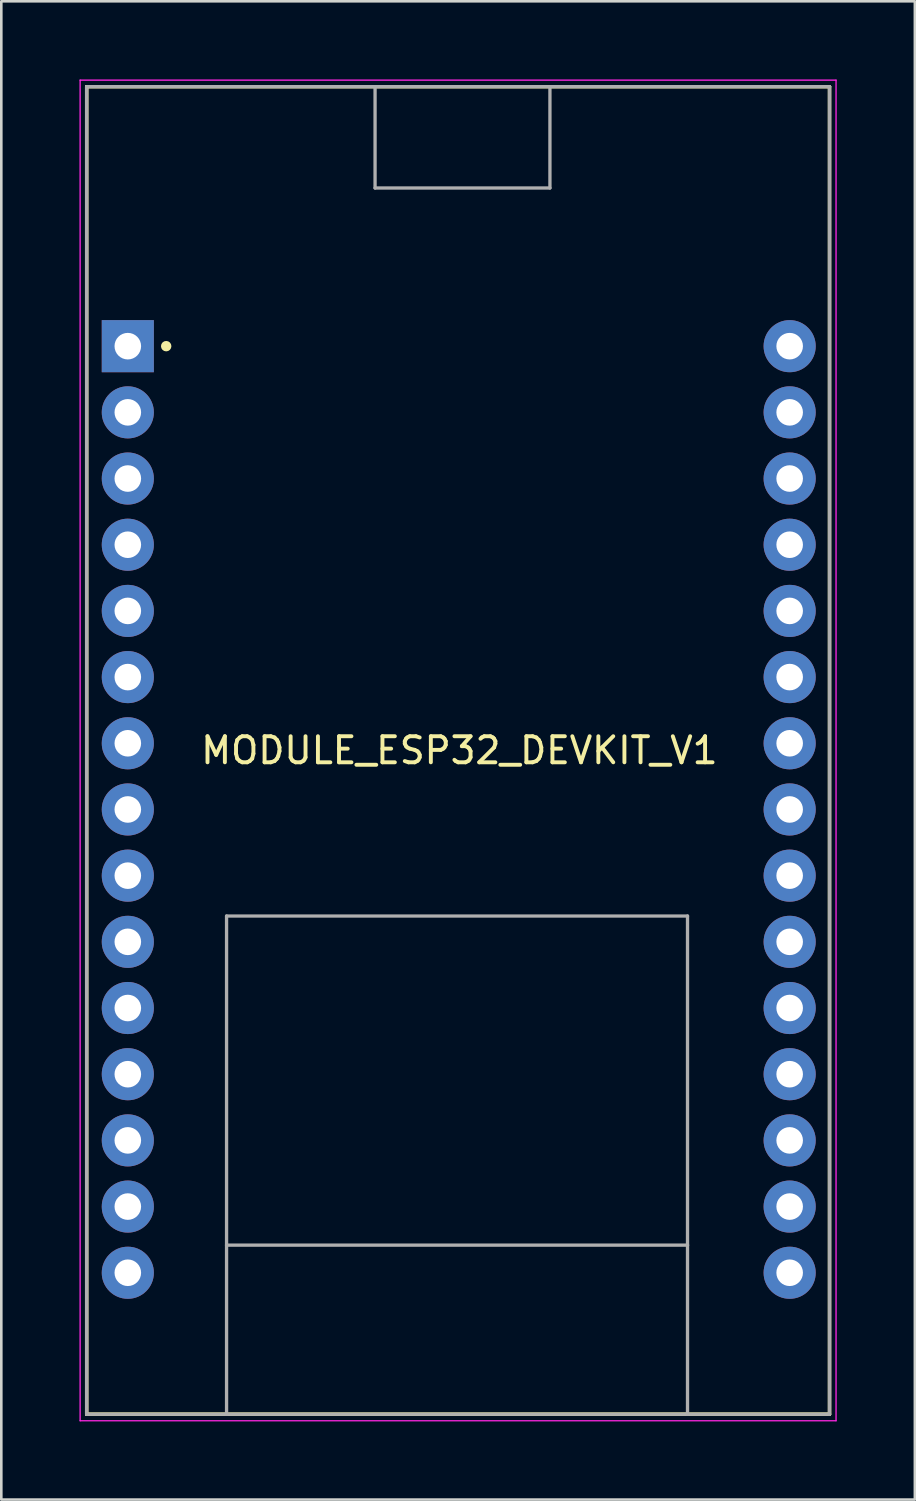
<source format=kicad_pcb>
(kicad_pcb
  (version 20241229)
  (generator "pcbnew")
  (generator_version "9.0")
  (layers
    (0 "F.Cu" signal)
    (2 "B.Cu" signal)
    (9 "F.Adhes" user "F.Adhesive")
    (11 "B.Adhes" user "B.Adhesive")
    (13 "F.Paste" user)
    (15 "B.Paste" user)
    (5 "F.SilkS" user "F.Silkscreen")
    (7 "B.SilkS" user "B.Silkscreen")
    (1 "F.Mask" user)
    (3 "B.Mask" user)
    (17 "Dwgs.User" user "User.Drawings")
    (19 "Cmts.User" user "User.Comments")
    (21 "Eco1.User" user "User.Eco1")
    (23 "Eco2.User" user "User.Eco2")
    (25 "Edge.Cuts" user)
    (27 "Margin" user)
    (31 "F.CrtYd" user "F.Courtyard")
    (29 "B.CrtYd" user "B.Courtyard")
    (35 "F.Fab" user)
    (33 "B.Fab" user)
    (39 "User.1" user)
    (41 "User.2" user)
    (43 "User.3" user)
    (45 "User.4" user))
  (footprint "MODULE_ESP32_DEVKIT_V1"
    (layer "F.Cu")
    (at 14.555 25.75)
    (property "Reference" "MODULE_ESP32_DEVKIT_V1" (at 0.025 0 0) (layer "F.SilkS") (effects (font (size 1 1) (thickness 0.15))))
    (attr through_hole)
    (fp_line (start -14.28 -25.475) (end -3.211 -25.475) (stroke (width 0.127) (type solid)) (layer "F.SilkS"))
    (fp_line (start -14.28 -25.475) (end 14.23 -25.475) (stroke (width 0.127) (type solid)) (layer "F.SilkS"))
    (fp_line (start -14.28 25.475) (end -14.28 -25.475) (stroke (width 0.127) (type solid)) (layer "F.SilkS"))
    (fp_line (start -14.28 25.475) (end -14.28 -25.475) (stroke (width 0.127) (type solid)) (layer "F.SilkS"))
    (fp_line (start -14.28 25.475) (end -8.91 25.475) (stroke (width 0.127) (type solid)) (layer "F.SilkS"))
    (fp_line (start -8.91 25.475) (end 8.78 25.475) (stroke (width 0.127) (type solid)) (layer "F.SilkS"))
    (fp_line (start -3.211 -25.475) (end 3.5 -25.475) (stroke (width 0.127) (type solid)) (layer "F.SilkS"))
    (fp_line (start 3.5 -25.475) (end 14.23 -25.475) (stroke (width 0.127) (type solid)) (layer "F.SilkS"))
    (fp_line (start 8.78 25.475) (end 14.23 25.475) (stroke (width 0.127) (type solid)) (layer "F.SilkS"))
    (fp_line (start 14.23 -25.475) (end 14.23 25.475) (stroke (width 0.127) (type solid)) (layer "F.SilkS"))
    (fp_line (start 14.23 -25.475) (end 14.23 25.475) (stroke (width 0.127) (type solid)) (layer "F.SilkS"))
    (fp_line (start 14.23 25.475) (end -14.28 25.475) (stroke (width 0.127) (type solid)) (layer "F.SilkS"))
    (fp_circle (center -11.227 -15.515) (end -11.127 -15.515) (stroke (width 0.2) (type solid)) (fill no) (layer "F.SilkS"))
    (fp_line (start -14.53 -25.725) (end -14.53 25.725) (stroke (width 0.05) (type solid)) (layer "F.CrtYd"))
    (fp_line (start -14.53 25.725) (end 14.48 25.725) (stroke (width 0.05) (type solid)) (layer "F.CrtYd"))
    (fp_line (start 14.48 -25.725) (end -14.53 -25.725) (stroke (width 0.05) (type solid)) (layer "F.CrtYd"))
    (fp_line (start 14.48 25.725) (end 14.48 -25.725) (stroke (width 0.05) (type solid)) (layer "F.CrtYd"))
    (fp_line (start -14.28 -25.475) (end -3.211 -25.475) (stroke (width 0.127) (type solid)) (layer "F.Fab"))
    (fp_line (start -14.28 25.475) (end -14.28 -25.475) (stroke (width 0.127) (type solid)) (layer "F.Fab"))
    (fp_line (start -14.28 25.475) (end -8.91 25.475) (stroke (width 0.127) (type solid)) (layer "F.Fab"))
    (fp_line (start -8.91 6.355) (end 8.78 6.355) (stroke (width 0.127) (type solid)) (layer "F.Fab"))
    (fp_line (start -8.91 18.985) (end -8.91 6.355) (stroke (width 0.127) (type solid)) (layer "F.Fab"))
    (fp_line (start -8.91 18.985) (end 8.78 18.985) (stroke (width 0.127) (type solid)) (layer "F.Fab"))
    (fp_line (start -8.91 25.475) (end -8.91 18.985) (stroke (width 0.127) (type solid)) (layer "F.Fab"))
    (fp_line (start -8.91 25.475) (end 8.78 25.475) (stroke (width 0.127) (type solid)) (layer "F.Fab"))
    (fp_line (start -3.211 -25.475) (end 3.5 -25.475) (stroke (width 0.127) (type solid)) (layer "F.Fab"))
    (fp_line (start -3.211 -21.585) (end -3.211 -25.475) (stroke (width 0.127) (type solid)) (layer "F.Fab"))
    (fp_line (start 3.5 -25.475) (end 3.5 -21.585) (stroke (width 0.127) (type solid)) (layer "F.Fab"))
    (fp_line (start 3.5 -25.475) (end 14.23 -25.475) (stroke (width 0.127) (type solid)) (layer "F.Fab"))
    (fp_line (start 3.5 -21.585) (end -3.211 -21.585) (stroke (width 0.127) (type solid)) (layer "F.Fab"))
    (fp_line (start 8.78 6.355) (end 8.78 18.985) (stroke (width 0.127) (type solid)) (layer "F.Fab"))
    (fp_line (start 8.78 18.985) (end 8.78 25.475) (stroke (width 0.127) (type solid)) (layer "F.Fab"))
    (fp_line (start 8.78 25.475) (end 14.23 25.475) (stroke (width 0.127) (type solid)) (layer "F.Fab"))
    (fp_line (start 14.23 -25.475) (end 14.23 25.475) (stroke (width 0.127) (type solid)) (layer "F.Fab"))
    (pad "1" thru_hole rect (at -12.7 -15.515) (size 2 2) (drill 1.02) (layers "*.Cu" "*.Mask"))
    (pad "2" thru_hole circle (at -12.7 -12.975) (size 2 2) (drill 1.02) (layers "*.Cu" "*.Mask"))
    (pad "3" thru_hole circle (at -12.7 -10.435) (size 2 2) (drill 1.02) (layers "*.Cu" "*.Mask"))
    (pad "4" thru_hole circle (at -12.7 -7.895) (size 2 2) (drill 1.02) (layers "*.Cu" "*.Mask"))
    (pad "5" thru_hole circle (at -12.7 -5.355) (size 2 2) (drill 1.02) (layers "*.Cu" "*.Mask"))
    (pad "6" thru_hole circle (at -12.7 -2.815) (size 2 2) (drill 1.02) (layers "*.Cu" "*.Mask"))
    (pad "7" thru_hole circle (at -12.7 -0.275) (size 2 2) (drill 1.02) (layers "*.Cu" "*.Mask"))
    (pad "8" thru_hole circle (at -12.7 2.265) (size 2 2) (drill 1.02) (layers "*.Cu" "*.Mask"))
    (pad "9" thru_hole circle (at -12.7 4.805) (size 2 2) (drill 1.02) (layers "*.Cu" "*.Mask"))
    (pad "10" thru_hole circle (at -12.7 7.345) (size 2 2) (drill 1.02) (layers "*.Cu" "*.Mask"))
    (pad "11" thru_hole circle (at -12.7 9.885) (size 2 2) (drill 1.02) (layers "*.Cu" "*.Mask"))
    (pad "12" thru_hole circle (at -12.7 12.425) (size 2 2) (drill 1.02) (layers "*.Cu" "*.Mask"))
    (pad "13" thru_hole circle (at -12.7 14.965) (size 2 2) (drill 1.02) (layers "*.Cu" "*.Mask"))
    (pad "14" thru_hole circle (at -12.7 17.505) (size 2 2) (drill 1.02) (layers "*.Cu" "*.Mask"))
    (pad "15" thru_hole circle (at -12.7 20.045) (size 2 2) (drill 1.02) (layers "*.Cu" "*.Mask"))
    (pad "16" thru_hole circle (at 12.7 20.045) (size 2 2) (drill 1.02) (layers "*.Cu" "*.Mask"))
    (pad "17" thru_hole circle (at 12.7 17.505) (size 2 2) (drill 1.02) (layers "*.Cu" "*.Mask"))
    (pad "18" thru_hole circle (at 12.7 14.965) (size 2 2) (drill 1.02) (layers "*.Cu" "*.Mask"))
    (pad "19" thru_hole circle (at 12.7 12.425) (size 2 2) (drill 1.02) (layers "*.Cu" "*.Mask"))
    (pad "20" thru_hole circle (at 12.7 9.885) (size 2 2) (drill 1.02) (layers "*.Cu" "*.Mask"))
    (pad "21" thru_hole circle (at 12.7 7.345) (size 2 2) (drill 1.02) (layers "*.Cu" "*.Mask"))
    (pad "22" thru_hole circle (at 12.7 4.805) (size 2 2) (drill 1.02) (layers "*.Cu" "*.Mask"))
    (pad "23" thru_hole circle (at 12.7 2.265) (size 2 2) (drill 1.02) (layers "*.Cu" "*.Mask"))
    (pad "24" thru_hole circle (at 12.7 -0.275) (size 2 2) (drill 1.02) (layers "*.Cu" "*.Mask"))
    (pad "25" thru_hole circle (at 12.7 -2.815) (size 2 2) (drill 1.02) (layers "*.Cu" "*.Mask"))
    (pad "26" thru_hole circle (at 12.7 -5.355) (size 2 2) (drill 1.02) (layers "*.Cu" "*.Mask"))
    (pad "27" thru_hole circle (at 12.7 -7.895) (size 2 2) (drill 1.02) (layers "*.Cu" "*.Mask"))
    (pad "28" thru_hole circle (at 12.7 -10.435) (size 2 2) (drill 1.02) (layers "*.Cu" "*.Mask"))
    (pad "29" thru_hole circle (at 12.7 -12.975) (size 2 2) (drill 1.02) (layers "*.Cu" "*.Mask"))
    (pad "30" thru_hole circle (at 12.7 -15.515) (size 2 2) (drill 1.02) (layers "*.Cu" "*.Mask"))
    (zone (net_name "") (layer "F.Cu") (hatch full 0.508) (connect_pads) (min_thickness 0.01) (filled_areas_thickness no) (keepout (tracks not_allowed) (vias not_allowed) (pads not_allowed) (copperpour not_allowed) (footprints allowed)) (placement (enabled no)) (fill) (polygon (pts (xy 5.645 44.735) (xy 23.335 44.735) (xy 23.335 51.225) (xy 5.645 51.225))))
    (zone (net_name "") (layers "F.Cu" "B.Cu") (hatch full 0.508) (connect_pads) (min_thickness 0.01) (filled_areas_thickness no) (keepout (tracks allowed) (vias not_allowed) (pads allowed) (copperpour allowed) (footprints allowed)) (placement (enabled no)) (fill) (polygon (pts (xy 5.645 44.735) (xy 23.335 44.735) (xy 23.335 51.225) (xy 5.645 51.225))))
    (zone (net_name "") (layer "B.Cu") (hatch full 0.508) (connect_pads) (min_thickness 0.01) (filled_areas_thickness no) (keepout (tracks not_allowed) (vias not_allowed) (pads not_allowed) (copperpour not_allowed) (footprints allowed)) (placement (enabled no)) (fill) (polygon (pts (xy 5.645 44.735) (xy 23.335 44.735) (xy 23.335 51.225) (xy 5.645 51.225)))))
  (gr_rect
    (start -3 -3)
    (end 32.06 54.5)
    (stroke (width 0.1) (type default))
    (fill no)
    (layer "Edge.Cuts")))
</source>
